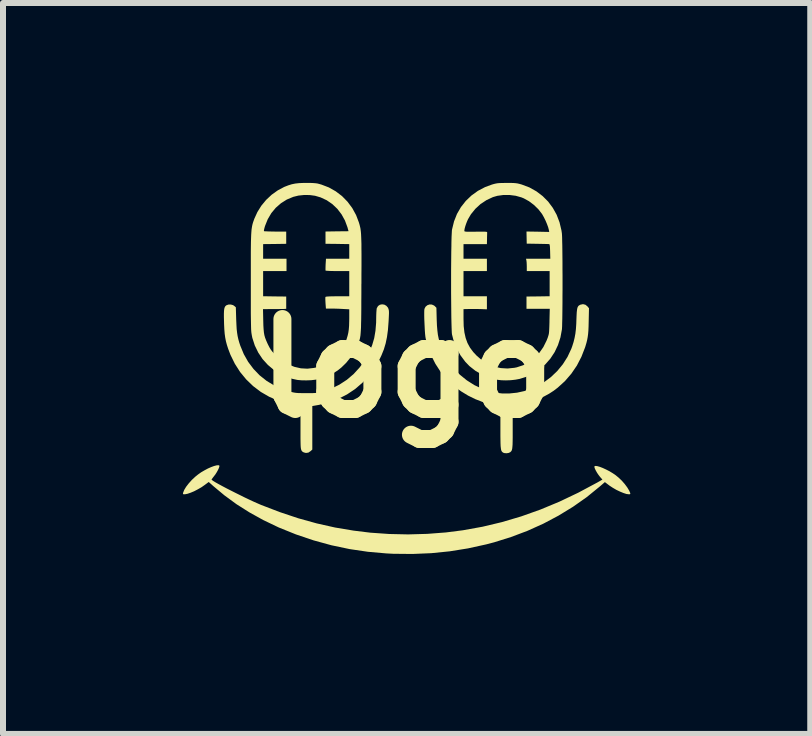
<source format=kicad_pcb>
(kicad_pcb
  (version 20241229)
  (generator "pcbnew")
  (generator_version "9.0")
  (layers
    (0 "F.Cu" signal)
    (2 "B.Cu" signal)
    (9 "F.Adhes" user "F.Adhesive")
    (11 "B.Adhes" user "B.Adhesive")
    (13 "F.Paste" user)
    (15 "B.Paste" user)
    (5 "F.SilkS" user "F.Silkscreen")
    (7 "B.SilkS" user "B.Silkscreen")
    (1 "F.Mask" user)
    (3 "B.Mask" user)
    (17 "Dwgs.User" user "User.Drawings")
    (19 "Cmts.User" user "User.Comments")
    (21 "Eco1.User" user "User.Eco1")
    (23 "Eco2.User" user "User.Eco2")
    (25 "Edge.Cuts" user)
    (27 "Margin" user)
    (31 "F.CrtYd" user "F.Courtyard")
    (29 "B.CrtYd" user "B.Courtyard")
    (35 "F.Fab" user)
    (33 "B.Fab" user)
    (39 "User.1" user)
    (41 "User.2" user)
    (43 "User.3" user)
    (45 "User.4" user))
  (footprint "logo"
    (layer "F.Cu")
    (at 3.73 3.091)
    (property "Reference" "logo" (at 0 0 0) (layer "F.SilkS") (effects (font (size 1.5 1.5) (thickness 0.3))))
    (attr board_only exclude_from_pos_files exclude_from_bom)
    (fp_poly (pts (xy -3.123 1.621) (xy -3.122 1.635) (xy -3.13 1.661) (xy -3.145 1.694) (xy -3.166 1.732) (xy -3.19 1.77) (xy -3.214 1.801) (xy -3.234 1.827) (xy -3.248 1.846) (xy -3.253 1.855) (xy -3.244 1.864) (xy -3.22 1.881) (xy -3.182 1.904) (xy -3.132 1.932) (xy -3.073 1.964) (xy -3.005 2) (xy -2.932 2.037) (xy -2.855 2.076) (xy -2.776 2.115) (xy -2.698 2.154) (xy -2.622 2.19) (xy -2.549 2.224) (xy -2.483 2.253) (xy -2.428 2.277) (xy -2.115 2.397) (xy -1.807 2.5) (xy -1.501 2.585) (xy -1.194 2.654) (xy -0.884 2.706) (xy -0.606 2.74) (xy -0.292 2.762) (xy 0.025 2.769) (xy 0.343 2.76) (xy 0.656 2.736) (xy 0.938 2.7) (xy 1.265 2.641) (xy 1.588 2.564) (xy 1.909 2.469) (xy 2.227 2.356) (xy 2.545 2.224) (xy 2.862 2.073) (xy 3.18 1.903) (xy 3.222 1.879) (xy 3.264 1.855) (xy 3.225 1.811) (xy 3.2 1.779) (xy 3.175 1.742) (xy 3.154 1.705) (xy 3.138 1.672) (xy 3.13 1.646) (xy 3.132 1.632) (xy 3.132 1.632) (xy 3.149 1.627) (xy 3.18 1.631) (xy 3.222 1.643) (xy 3.271 1.662) (xy 3.325 1.687) (xy 3.38 1.715) (xy 3.433 1.747) (xy 3.474 1.774) (xy 3.53 1.819) (xy 3.586 1.872) (xy 3.636 1.929) (xy 3.679 1.987) (xy 3.711 2.041) (xy 3.727 2.078) (xy 3.729 2.094) (xy 3.719 2.1) (xy 3.705 2.1) (xy 3.665 2.095) (xy 3.615 2.079) (xy 3.557 2.055) (xy 3.496 2.026) (xy 3.436 1.991) (xy 3.381 1.955) (xy 3.368 1.945) (xy 3.305 1.897) (xy 3.218 1.972) (xy 3.003 2.147) (xy 2.774 2.308) (xy 2.532 2.456) (xy 2.279 2.59) (xy 2.015 2.709) (xy 1.742 2.812) (xy 1.461 2.9) (xy 1.328 2.935) (xy 1.023 3.002) (xy 0.718 3.051) (xy 0.41 3.082) (xy 0.098 3.095) (xy -0.222 3.092) (xy -0.337 3.086) (xy -0.644 3.059) (xy -0.95 3.014) (xy -1.254 2.95) (xy -1.553 2.868) (xy -1.846 2.769) (xy -2.131 2.654) (xy -2.392 2.529) (xy -2.621 2.402) (xy -2.836 2.266) (xy -3.038 2.118) (xy -3.231 1.957) (xy -3.237 1.951) (xy -3.3 1.895) (xy -3.366 1.944) (xy -3.42 1.982) (xy -3.481 2.017) (xy -3.542 2.049) (xy -3.602 2.074) (xy -3.655 2.092) (xy -3.697 2.1) (xy -3.705 2.1) (xy -3.725 2.099) (xy -3.73 2.089) (xy -3.727 2.074) (xy -3.709 2.028) (xy -3.677 1.975) (xy -3.633 1.918) (xy -3.581 1.86) (xy -3.523 1.806) (xy -3.477 1.769) (xy -3.426 1.733) (xy -3.371 1.701) (xy -3.315 1.671) (xy -3.261 1.647) (xy -3.212 1.629) (xy -3.17 1.618) (xy -3.139 1.615)) (stroke (width 0) (type solid)) (fill yes) (layer "F.SilkS"))
    (fp_poly (pts (xy -0.373 -1.062) (xy -0.339 -1.043) (xy -0.312 -1.012) (xy -0.306 -0.998) (xy -0.301 -0.983) (xy -0.297 -0.966) (xy -0.295 -0.942) (xy -0.295 -0.91) (xy -0.297 -0.865) (xy -0.3 -0.805) (xy -0.302 -0.772) (xy -0.312 -0.64) (xy -0.328 -0.522) (xy -0.35 -0.416) (xy -0.38 -0.316) (xy -0.419 -0.219) (xy -0.446 -0.162) (xy -0.529 -0.014) (xy -0.626 0.12) (xy -0.737 0.24) (xy -0.859 0.345) (xy -0.994 0.435) (xy -1.139 0.509) (xy -1.294 0.567) (xy -1.46 0.609) (xy -1.482 0.613) (xy -1.573 0.629) (xy -1.573 0.992) (xy -1.573 1.354) (xy -1.6 1.379) (xy -1.638 1.405) (xy -1.679 1.411) (xy -1.715 1.402) (xy -1.729 1.394) (xy -1.74 1.387) (xy -1.749 1.377) (xy -1.756 1.363) (xy -1.762 1.343) (xy -1.766 1.314) (xy -1.768 1.276) (xy -1.769 1.226) (xy -1.77 1.162) (xy -1.77 1.083) (xy -1.77 0.986) (xy -1.77 0.985) (xy -1.77 0.626) (xy -1.825 0.621) (xy -1.859 0.616) (xy -1.905 0.607) (xy -1.955 0.596) (xy -1.98 0.59) (xy -2.141 0.54) (xy -2.292 0.474) (xy -2.432 0.393) (xy -2.56 0.296) (xy -2.675 0.185) (xy -2.777 0.061) (xy -2.865 -0.077) (xy -2.938 -0.226) (xy -2.976 -0.326) (xy -2.997 -0.391) (xy -3.013 -0.451) (xy -3.025 -0.512) (xy -3.034 -0.577) (xy -3.04 -0.65) (xy -3.044 -0.738) (xy -3.045 -0.779) (xy -3.047 -0.855) (xy -3.047 -0.914) (xy -3.045 -0.959) (xy -3.041 -0.992) (xy -3.034 -1.016) (xy -3.025 -1.033) (xy -3.012 -1.046) (xy -3.005 -1.051) (xy -2.972 -1.063) (xy -2.933 -1.064) (xy -2.895 -1.054) (xy -2.875 -1.041) (xy -2.848 -1.018) (xy -2.842 -0.814) (xy -2.838 -0.727) (xy -2.834 -0.654) (xy -2.827 -0.593) (xy -2.818 -0.537) (xy -2.806 -0.483) (xy -2.79 -0.427) (xy -2.773 -0.376) (xy -2.715 -0.236) (xy -2.642 -0.107) (xy -2.553 0.011) (xy -2.451 0.117) (xy -2.335 0.209) (xy -2.208 0.286) (xy -2.07 0.349) (xy -1.947 0.388) (xy -1.91 0.397) (xy -1.878 0.404) (xy -1.845 0.409) (xy -1.808 0.412) (xy -1.762 0.413) (xy -1.702 0.414) (xy -1.675 0.414) (xy -1.61 0.414) (xy -1.56 0.413) (xy -1.52 0.411) (xy -1.487 0.407) (xy -1.456 0.401) (xy -1.422 0.393) (xy -1.404 0.388) (xy -1.258 0.339) (xy -1.123 0.273) (xy -0.997 0.191) (xy -0.883 0.094) (xy -0.781 -0.018) (xy -0.692 -0.143) (xy -0.621 -0.275) (xy -0.575 -0.387) (xy -0.541 -0.503) (xy -0.52 -0.626) (xy -0.509 -0.76) (xy -0.508 -0.831) (xy -0.507 -0.885) (xy -0.505 -0.934) (xy -0.502 -0.973) (xy -0.499 -0.999) (xy -0.497 -1.004) (xy -0.477 -1.039) (xy -0.446 -1.06) (xy -0.41 -1.067)) (stroke (width 0) (type solid)) (fill yes) (layer "F.SilkS"))
    (fp_poly (pts (xy 2.981 -1.06) (xy 3.015 -1.032) (xy 3.04 -1.002) (xy 3.035 -0.782) (xy 3.033 -0.697) (xy 3.03 -0.628) (xy 3.025 -0.57) (xy 3.018 -0.519) (xy 3.009 -0.471) (xy 2.997 -0.423) (xy 2.981 -0.369) (xy 2.975 -0.35) (xy 2.914 -0.193) (xy 2.838 -0.046) (xy 2.746 0.089) (xy 2.639 0.213) (xy 2.518 0.323) (xy 2.451 0.374) (xy 2.377 0.422) (xy 2.291 0.469) (xy 2.2 0.512) (xy 2.112 0.548) (xy 2.076 0.56) (xy 2.029 0.575) (xy 1.988 0.586) (xy 1.946 0.596) (xy 1.899 0.605) (xy 1.841 0.615) (xy 1.8 0.621) (xy 1.768 0.626) (xy 1.768 0.983) (xy 1.768 1.079) (xy 1.768 1.158) (xy 1.767 1.222) (xy 1.766 1.271) (xy 1.763 1.31) (xy 1.76 1.338) (xy 1.755 1.359) (xy 1.749 1.374) (xy 1.741 1.385) (xy 1.731 1.394) (xy 1.726 1.399) (xy 1.699 1.411) (xy 1.664 1.416) (xy 1.629 1.413) (xy 1.609 1.406) (xy 1.598 1.398) (xy 1.589 1.389) (xy 1.581 1.377) (xy 1.575 1.359) (xy 1.571 1.334) (xy 1.567 1.299) (xy 1.565 1.254) (xy 1.564 1.196) (xy 1.563 1.123) (xy 1.563 1.033) (xy 1.563 0.979) (xy 1.563 0.618) (xy 1.497 0.613) (xy 1.384 0.595) (xy 1.266 0.561) (xy 1.145 0.514) (xy 1.025 0.455) (xy 0.91 0.385) (xy 0.802 0.307) (xy 0.705 0.221) (xy 0.669 0.184) (xy 0.567 0.06) (xy 0.479 -0.076) (xy 0.406 -0.221) (xy 0.35 -0.373) (xy 0.317 -0.499) (xy 0.312 -0.53) (xy 0.307 -0.576) (xy 0.303 -0.631) (xy 0.3 -0.693) (xy 0.297 -0.757) (xy 0.294 -0.821) (xy 0.293 -0.88) (xy 0.293 -0.931) (xy 0.294 -0.969) (xy 0.297 -0.992) (xy 0.297 -0.992) (xy 0.315 -1.027) (xy 0.345 -1.052) (xy 0.382 -1.065) (xy 0.421 -1.063) (xy 0.457 -1.047) (xy 0.468 -1.038) (xy 0.496 -1.01) (xy 0.501 -0.815) (xy 0.505 -0.716) (xy 0.512 -0.632) (xy 0.521 -0.558) (xy 0.535 -0.491) (xy 0.553 -0.425) (xy 0.567 -0.381) (xy 0.624 -0.244) (xy 0.698 -0.116) (xy 0.787 0.002) (xy 0.889 0.108) (xy 1.003 0.2) (xy 1.127 0.279) (xy 1.261 0.342) (xy 1.402 0.388) (xy 1.476 0.405) (xy 1.591 0.419) (xy 1.714 0.419) (xy 1.84 0.406) (xy 1.963 0.379) (xy 2.026 0.361) (xy 2.161 0.305) (xy 2.288 0.233) (xy 2.405 0.146) (xy 2.511 0.045) (xy 2.604 -0.068) (xy 2.682 -0.191) (xy 2.744 -0.323) (xy 2.76 -0.366) (xy 2.783 -0.439) (xy 2.8 -0.508) (xy 2.813 -0.578) (xy 2.822 -0.654) (xy 2.828 -0.742) (xy 2.83 -0.806) (xy 2.833 -0.88) (xy 2.836 -0.936) (xy 2.841 -0.979) (xy 2.847 -1.009) (xy 2.857 -1.031) (xy 2.87 -1.046) (xy 2.887 -1.056) (xy 2.897 -1.061) (xy 2.94 -1.07)) (stroke (width 0) (type solid)) (fill yes) (layer "F.SilkS"))
    (fp_poly (pts (xy 1.732 -3.091) (xy 1.779 -3.09) (xy 1.816 -3.087) (xy 1.847 -3.083) (xy 1.877 -3.076) (xy 1.91 -3.067) (xy 1.92 -3.064) (xy 2.047 -3.016) (xy 2.163 -2.951) (xy 2.267 -2.872) (xy 2.359 -2.78) (xy 2.437 -2.675) (xy 2.501 -2.56) (xy 2.549 -2.434) (xy 2.581 -2.299) (xy 2.588 -2.252) (xy 2.59 -2.225) (xy 2.592 -2.18) (xy 2.593 -2.12) (xy 2.595 -2.047) (xy 2.596 -1.962) (xy 2.597 -1.867) (xy 2.598 -1.764) (xy 2.598 -1.656) (xy 2.599 -1.545) (xy 2.599 -1.431) (xy 2.599 -1.318) (xy 2.598 -1.207) (xy 2.598 -1.101) (xy 2.597 -1.001) (xy 2.596 -0.909) (xy 2.595 -0.828) (xy 2.593 -0.758) (xy 2.592 -0.703) (xy 2.59 -0.664) (xy 2.589 -0.65) (xy 2.564 -0.515) (xy 2.523 -0.388) (xy 2.467 -0.27) (xy 2.396 -0.162) (xy 2.311 -0.065) (xy 2.215 0.019) (xy 2.107 0.089) (xy 1.99 0.143) (xy 1.884 0.176) (xy 1.815 0.189) (xy 1.736 0.198) (xy 1.656 0.201) (xy 1.581 0.199) (xy 1.519 0.192) (xy 1.384 0.157) (xy 1.259 0.107) (xy 1.146 0.041) (xy 1.046 -0.038) (xy 0.977 -0.11) (xy 0.896 -0.219) (xy 0.831 -0.338) (xy 0.782 -0.464) (xy 0.756 -0.565) (xy 0.753 -0.59) (xy 0.751 -0.633) (xy 0.749 -0.691) (xy 0.747 -0.763) (xy 0.745 -0.848) (xy 0.744 -0.942) (xy 0.743 -1.045) (xy 0.742 -1.155) (xy 0.741 -1.269) (xy 0.741 -1.386) (xy 0.741 -1.503) (xy 0.741 -1.62) (xy 0.742 -1.734) (xy 0.743 -1.843) (xy 0.744 -1.946) (xy 0.746 -2.04) (xy 0.746 -2.071) (xy 0.948 -2.071) (xy 0.948 -1.949) (xy 0.948 -1.827) (xy 1.143 -1.827) (xy 1.338 -1.827) (xy 1.338 -1.724) (xy 1.338 -1.622) (xy 1.143 -1.622) (xy 0.948 -1.622) (xy 0.948 -1.412) (xy 0.948 -1.202) (xy 1.143 -1.202) (xy 1.338 -1.202) (xy 1.338 -1.093) (xy 1.338 -0.984) (xy 1.233 -0.988) (xy 1.177 -0.989) (xy 1.115 -0.989) (xy 1.058 -0.989) (xy 1.038 -0.989) (xy 0.948 -0.987) (xy 0.948 -0.825) (xy 0.951 -0.704) (xy 0.963 -0.598) (xy 0.984 -0.505) (xy 1.014 -0.422) (xy 1.056 -0.345) (xy 1.11 -0.272) (xy 1.163 -0.215) (xy 1.253 -0.136) (xy 1.352 -0.074) (xy 1.458 -0.03) (xy 1.568 -0.004) (xy 1.682 0.003) (xy 1.798 -0.009) (xy 1.837 -0.017) (xy 1.943 -0.052) (xy 2.042 -0.104) (xy 2.132 -0.173) (xy 2.211 -0.257) (xy 2.279 -0.354) (xy 2.334 -0.465) (xy 2.352 -0.511) (xy 2.36 -0.536) (xy 2.367 -0.559) (xy 2.372 -0.584) (xy 2.375 -0.614) (xy 2.377 -0.653) (xy 2.379 -0.703) (xy 2.381 -0.769) (xy 2.381 -0.787) (xy 2.386 -0.993) (xy 2.192 -0.993) (xy 1.998 -0.992) (xy 1.998 -1.094) (xy 1.998 -1.197) (xy 2.191 -1.199) (xy 2.384 -1.202) (xy 2.384 -1.412) (xy 2.384 -1.622) (xy 2.193 -1.622) (xy 2.003 -1.622) (xy 2.003 -1.694) (xy 2.002 -1.734) (xy 2 -1.771) (xy 1.997 -1.796) (xy 1.997 -1.796) (xy 1.99 -1.827) (xy 2.193 -1.827) (xy 2.395 -1.827) (xy 2.392 -1.949) (xy 2.39 -2.001) (xy 2.388 -2.036) (xy 2.384 -2.058) (xy 2.38 -2.069) (xy 2.374 -2.072) (xy 2.36 -2.072) (xy 2.33 -2.073) (xy 2.287 -2.074) (xy 2.234 -2.075) (xy 2.181 -2.076) (xy 2.002 -2.079) (xy 2 -2.18) (xy 1.998 -2.281) (xy 2.187 -2.278) (xy 2.377 -2.274) (xy 2.37 -2.312) (xy 2.359 -2.353) (xy 2.34 -2.405) (xy 2.316 -2.462) (xy 2.289 -2.517) (xy 2.262 -2.565) (xy 2.256 -2.575) (xy 2.196 -2.652) (xy 2.122 -2.724) (xy 2.04 -2.786) (xy 1.953 -2.834) (xy 1.914 -2.85) (xy 1.818 -2.877) (xy 1.716 -2.89) (xy 1.612 -2.89) (xy 1.512 -2.876) (xy 1.439 -2.855) (xy 1.332 -2.805) (xy 1.233 -2.74) (xy 1.146 -2.66) (xy 1.072 -2.569) (xy 1.023 -2.486) (xy 1.007 -2.45) (xy 0.991 -2.409) (xy 0.977 -2.367) (xy 0.967 -2.33) (xy 0.962 -2.301) (xy 0.963 -2.285) (xy 0.963 -2.285) (xy 0.973 -2.281) (xy 0.997 -2.278) (xy 1.038 -2.277) (xy 1.095 -2.277) (xy 1.156 -2.278) (xy 1.221 -2.279) (xy 1.269 -2.279) (xy 1.303 -2.278) (xy 1.324 -2.277) (xy 1.336 -2.274) (xy 1.342 -2.27) (xy 1.342 -2.264) (xy 1.342 -2.247) (xy 1.341 -2.216) (xy 1.34 -2.176) (xy 1.34 -2.159) (xy 1.338 -2.071) (xy 1.143 -2.071) (xy 0.948 -2.071) (xy 0.746 -2.071) (xy 0.747 -2.124) (xy 0.749 -2.195) (xy 0.752 -2.253) (xy 0.754 -2.295) (xy 0.757 -2.316) (xy 0.79 -2.45) (xy 0.839 -2.574) (xy 0.905 -2.688) (xy 0.986 -2.791) (xy 1.08 -2.881) (xy 1.188 -2.959) (xy 1.308 -3.022) (xy 1.422 -3.064) (xy 1.457 -3.074) (xy 1.487 -3.081) (xy 1.517 -3.086) (xy 1.551 -3.089) (xy 1.595 -3.09) (xy 1.652 -3.091) (xy 1.671 -3.091)) (stroke (width 0) (type solid)) (fill yes) (layer "F.SilkS"))
    (fp_poly (pts (xy -1.604 -3.091) (xy -1.557 -3.089) (xy -1.521 -3.086) (xy -1.489 -3.082) (xy -1.458 -3.074) (xy -1.423 -3.064) (xy -1.422 -3.064) (xy -1.297 -3.016) (xy -1.182 -2.951) (xy -1.078 -2.872) (xy -0.986 -2.778) (xy -0.907 -2.672) (xy -0.843 -2.555) (xy -0.798 -2.437) (xy -0.79 -2.411) (xy -0.783 -2.386) (xy -0.777 -2.361) (xy -0.771 -2.335) (xy -0.767 -2.306) (xy -0.763 -2.273) (xy -0.76 -2.235) (xy -0.758 -2.19) (xy -0.756 -2.137) (xy -0.754 -2.074) (xy -0.754 -2) (xy -0.753 -1.914) (xy -0.753 -1.814) (xy -0.753 -1.699) (xy -0.754 -1.567) (xy -0.754 -1.417) (xy -0.755 -1.397) (xy -0.755 -1.247) (xy -0.756 -1.116) (xy -0.756 -1.001) (xy -0.757 -0.902) (xy -0.758 -0.817) (xy -0.76 -0.744) (xy -0.761 -0.682) (xy -0.764 -0.63) (xy -0.767 -0.587) (xy -0.77 -0.55) (xy -0.775 -0.519) (xy -0.78 -0.493) (xy -0.787 -0.469) (xy -0.794 -0.446) (xy -0.803 -0.423) (xy -0.813 -0.399) (xy -0.824 -0.372) (xy -0.825 -0.371) (xy -0.873 -0.275) (xy -0.936 -0.18) (xy -1.009 -0.091) (xy -1.089 -0.013) (xy -1.149 0.035) (xy -1.22 0.08) (xy -1.302 0.121) (xy -1.386 0.156) (xy -1.451 0.176) (xy -1.516 0.189) (xy -1.591 0.198) (xy -1.671 0.201) (xy -1.749 0.2) (xy -1.816 0.194) (xy -1.833 0.191) (xy -1.902 0.176) (xy -1.963 0.158) (xy -2.024 0.133) (xy -2.093 0.1) (xy -2.101 0.096) (xy -2.214 0.027) (xy -2.314 -0.057) (xy -2.402 -0.154) (xy -2.474 -0.262) (xy -2.532 -0.381) (xy -2.573 -0.508) (xy -2.58 -0.542) (xy -2.583 -0.559) (xy -2.586 -0.577) (xy -2.589 -0.597) (xy -2.591 -0.62) (xy -2.593 -0.649) (xy -2.594 -0.684) (xy -2.595 -0.727) (xy -2.596 -0.779) (xy -2.597 -0.842) (xy -2.598 -0.916) (xy -2.598 -0.987) (xy -2.395 -0.987) (xy -2.391 -0.794) (xy -2.389 -0.714) (xy -2.385 -0.65) (xy -2.38 -0.598) (xy -2.372 -0.552) (xy -2.36 -0.51) (xy -2.343 -0.466) (xy -2.322 -0.418) (xy -2.309 -0.391) (xy -2.287 -0.348) (xy -2.265 -0.312) (xy -2.24 -0.279) (xy -2.207 -0.243) (xy -2.174 -0.209) (xy -2.133 -0.169) (xy -2.099 -0.139) (xy -2.066 -0.115) (xy -2.029 -0.093) (xy -1.983 -0.07) (xy -1.872 -0.025) (xy -1.763 0.000055) (xy -1.654 0.006) (xy -1.544 -0.007) (xy -1.509 -0.015) (xy -1.474 -0.026) (xy -1.43 -0.043) (xy -1.382 -0.064) (xy -1.359 -0.075) (xy -1.267 -0.13) (xy -1.184 -0.201) (xy -1.11 -0.285) (xy -1.049 -0.378) (xy -1.004 -0.479) (xy -1.001 -0.488) (xy -0.985 -0.541) (xy -0.973 -0.592) (xy -0.965 -0.646) (xy -0.96 -0.708) (xy -0.958 -0.783) (xy -0.957 -0.831) (xy -0.957 -0.984) (xy -1.067 -0.99) (xy -1.123 -0.993) (xy -1.183 -0.995) (xy -1.237 -0.996) (xy -1.262 -0.996) (xy -1.346 -0.996) (xy -1.353 -1.089) (xy -1.355 -1.13) (xy -1.356 -1.164) (xy -1.355 -1.186) (xy -1.353 -1.191) (xy -1.341 -1.195) (xy -1.31 -1.198) (xy -1.261 -1.2) (xy -1.196 -1.201) (xy -1.152 -1.202) (xy -0.957 -1.202) (xy -0.957 -1.412) (xy -0.957 -1.622) (xy -1.152 -1.622) (xy -1.212 -1.622) (xy -1.265 -1.623) (xy -1.307 -1.625) (xy -1.337 -1.627) (xy -1.351 -1.629) (xy -1.352 -1.629) (xy -1.353 -1.642) (xy -1.353 -1.669) (xy -1.352 -1.707) (xy -1.351 -1.732) (xy -1.345 -1.827) (xy -1.151 -1.827) (xy -0.957 -1.827) (xy -0.957 -1.949) (xy -0.957 -2.071) (xy -1.087 -2.073) (xy -1.143 -2.074) (xy -1.199 -2.075) (xy -1.249 -2.075) (xy -1.285 -2.076) (xy -1.353 -2.076) (xy -1.353 -2.179) (xy -1.353 -2.281) (xy -1.161 -2.284) (xy -0.969 -2.286) (xy -0.987 -2.352) (xy -1.029 -2.465) (xy -1.086 -2.568) (xy -1.156 -2.659) (xy -1.239 -2.738) (xy -1.332 -2.802) (xy -1.435 -2.85) (xy -1.527 -2.877) (xy -1.615 -2.889) (xy -1.71 -2.89) (xy -1.805 -2.88) (xy -1.89 -2.859) (xy -1.998 -2.814) (xy -2.095 -2.753) (xy -2.182 -2.677) (xy -2.256 -2.588) (xy -2.316 -2.486) (xy -2.361 -2.374) (xy -2.368 -2.351) (xy -2.376 -2.32) (xy -2.38 -2.297) (xy -2.379 -2.287) (xy -2.367 -2.285) (xy -2.34 -2.284) (xy -2.299 -2.282) (xy -2.248 -2.281) (xy -2.19 -2.28) (xy -2.19 -2.28) (xy -2.008 -2.28) (xy -2.008 -2.178) (xy -2.008 -2.076) (xy -2.201 -2.073) (xy -2.393 -2.071) (xy -2.393 -1.949) (xy -2.393 -1.827) (xy -2.198 -1.827) (xy -2.003 -1.827) (xy -2.003 -1.724) (xy -2.003 -1.622) (xy -2.198 -1.622) (xy -2.393 -1.622) (xy -2.393 -1.412) (xy -2.393 -1.202) (xy -2.201 -1.199) (xy -2.008 -1.197) (xy -2.008 -1.094) (xy -2.008 -0.992) (xy -2.042 -0.99) (xy -2.063 -0.989) (xy -2.1 -0.989) (xy -2.148 -0.988) (xy -2.202 -0.988) (xy -2.236 -0.988) (xy -2.395 -0.987) (xy -2.598 -0.987) (xy -2.598 -1.004) (xy -2.598 -1.107) (xy -2.598 -1.225) (xy -2.598 -1.361) (xy -2.598 -1.442) (xy -2.598 -1.594) (xy -2.598 -1.728) (xy -2.598 -1.845) (xy -2.598 -1.947) (xy -2.597 -2.035) (xy -2.596 -2.11) (xy -2.594 -2.174) (xy -2.592 -2.228) (xy -2.589 -2.274) (xy -2.586 -2.313) (xy -2.581 -2.346) (xy -2.576 -2.375) (xy -2.57 -2.402) (xy -2.563 -2.427) (xy -2.555 -2.451) (xy -2.545 -2.478) (xy -2.54 -2.493) (xy -2.489 -2.605) (xy -2.423 -2.711) (xy -2.342 -2.809) (xy -2.25 -2.895) (xy -2.149 -2.967) (xy -2.042 -3.024) (xy -2.037 -3.026) (xy -1.973 -3.051) (xy -1.915 -3.069) (xy -1.856 -3.081) (xy -1.792 -3.088) (xy -1.718 -3.091) (xy -1.666 -3.091)) (stroke (width 0) (type solid)) (fill yes) (layer "F.SilkS")))
  (gr_rect
    (start -3 -3)
    (end 10.459 9.187)
    (stroke (width 0.1) (type default))
    (fill no)
    (layer "Edge.Cuts")))
</source>
